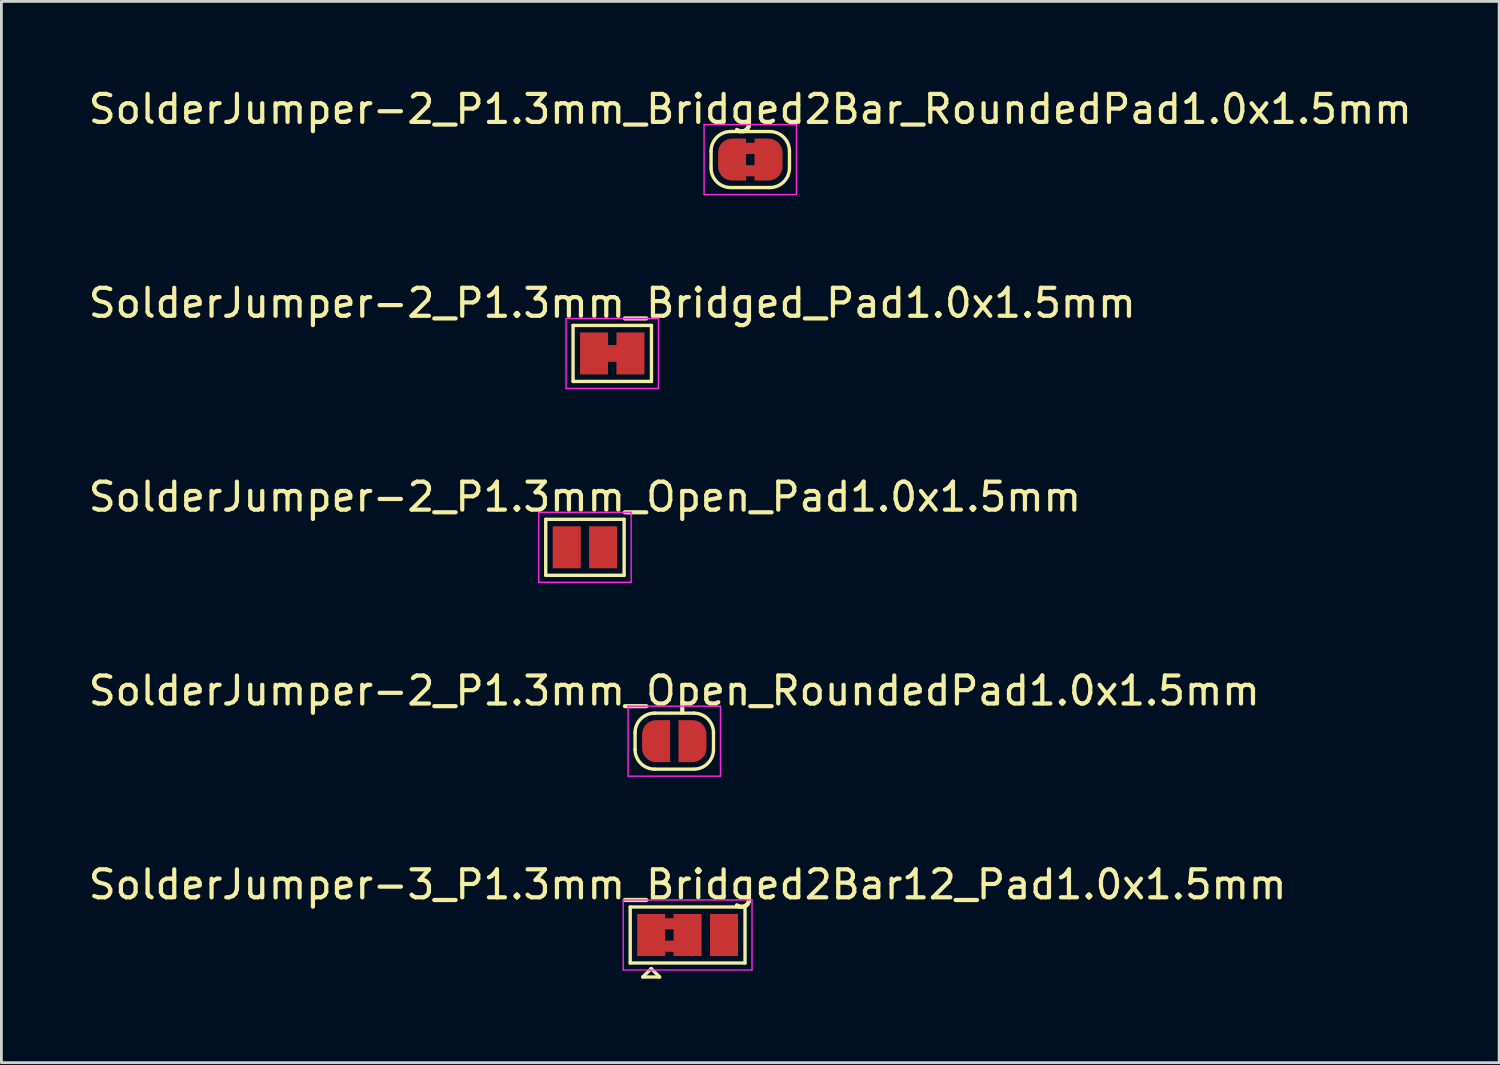
<source format=kicad_pcb>
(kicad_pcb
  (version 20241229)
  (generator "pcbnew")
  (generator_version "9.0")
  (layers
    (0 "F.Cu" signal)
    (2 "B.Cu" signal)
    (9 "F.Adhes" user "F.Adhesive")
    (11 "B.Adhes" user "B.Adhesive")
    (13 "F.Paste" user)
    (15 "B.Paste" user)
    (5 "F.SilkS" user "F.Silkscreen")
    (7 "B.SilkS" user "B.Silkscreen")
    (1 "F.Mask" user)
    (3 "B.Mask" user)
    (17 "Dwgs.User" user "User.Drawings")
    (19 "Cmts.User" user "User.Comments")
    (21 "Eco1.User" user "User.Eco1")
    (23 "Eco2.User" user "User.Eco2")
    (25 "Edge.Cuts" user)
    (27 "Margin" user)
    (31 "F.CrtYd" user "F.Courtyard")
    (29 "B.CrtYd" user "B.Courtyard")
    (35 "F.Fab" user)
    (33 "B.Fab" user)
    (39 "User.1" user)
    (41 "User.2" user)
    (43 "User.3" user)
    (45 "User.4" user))
  (footprint "SolderJumper-2_P1.3mm_Bridged2Bar_RoundedPad1.0x1.5mm"
    (layer "F.Cu")
    (at 23.744 2.648)
    (property "Reference" "SolderJumper-2_P1.3mm_Bridged2Bar_RoundedPad1.0x1.5mm" (at 0 -1.8 0) (layer "F.SilkS") (effects (font (size 1 1) (thickness 0.15))))
    (attr exclude_from_pos_files exclude_from_bom)
    (fp_poly (pts (xy -0.25 -0.6) (xy 0.25 -0.6) (xy 0.25 -0.2) (xy -0.25 -0.2)) (stroke (width 0) (type solid)) (fill yes) (layer "F.Cu"))
    (fp_poly (pts (xy -0.25 0.2) (xy 0.25 0.2) (xy 0.25 0.6) (xy -0.25 0.6)) (stroke (width 0) (type solid)) (fill yes) (layer "F.Cu"))
    (fp_line (start -1.4 0.3) (end -1.4 -0.3) (stroke (width 0.12) (type solid)) (layer "F.SilkS"))
    (fp_line (start -0.7 -1) (end 0.7 -1) (stroke (width 0.12) (type solid)) (layer "F.SilkS"))
    (fp_line (start 0.7 1) (end -0.7 1) (stroke (width 0.12) (type solid)) (layer "F.SilkS"))
    (fp_line (start 1.4 -0.3) (end 1.4 0.3) (stroke (width 0.12) (type solid)) (layer "F.SilkS"))
    (fp_arc (start -1.4 -0.3) (mid -1.194975 -0.794975) (end -0.7 -1) (stroke (width 0.12) (type solid)) (layer "F.SilkS"))
    (fp_arc (start -0.7 1) (mid -1.194975 0.794975) (end -1.4 0.3) (stroke (width 0.12) (type solid)) (layer "F.SilkS"))
    (fp_arc (start 0.7 -1) (mid 1.194975 -0.794975) (end 1.4 -0.3) (stroke (width 0.12) (type solid)) (layer "F.SilkS"))
    (fp_arc (start 1.4 0.3) (mid 1.194975 0.794975) (end 0.7 1) (stroke (width 0.12) (type solid)) (layer "F.SilkS"))
    (fp_line (start -1.65 -1.25) (end -1.65 1.25) (stroke (width 0.05) (type solid)) (layer "F.CrtYd"))
    (fp_line (start -1.65 -1.25) (end 1.65 -1.25) (stroke (width 0.05) (type solid)) (layer "F.CrtYd"))
    (fp_line (start 1.65 1.25) (end -1.65 1.25) (stroke (width 0.05) (type solid)) (layer "F.CrtYd"))
    (fp_line (start 1.65 1.25) (end 1.65 -1.25) (stroke (width 0.05) (type solid)) (layer "F.CrtYd"))
    (pad "1" smd custom (at -0.65 0) (size 1 0.5) (layers "F.Cu" "F.Mask") (options (anchor rect)) (primitives (gr_circle (center 0 0.25) (end 0.5 0.25) (width 0) (fill yes)) (gr_circle (center 0 -0.25) (end 0.5 -0.25) (width 0) (fill yes)) (gr_poly (pts (xy 0.5 0.75) (xy 0 0.75) (xy 0 -0.75) (xy 0.5 -0.75)) (width 0) (fill yes))))
    (pad "2" smd custom (at 0.65 0) (size 1 0.5) (layers "F.Cu" "F.Mask") (options (anchor rect)) (primitives (gr_circle (center 0 0.25) (end 0.5 0.25) (width 0) (fill yes)) (gr_circle (center 0 -0.25) (end 0.5 -0.25) (width 0) (fill yes)) (gr_poly (pts (xy 0 0.75) (xy -0.5 0.75) (xy -0.5 -0.75) (xy 0 -0.75)) (width 0) (fill yes)))))
  (footprint "SolderJumper-2_P1.3mm_Open_RoundedPad1.0x1.5mm"
    (layer "F.Cu")
    (at 21.03 23.418)
    (property "Reference" "SolderJumper-2_P1.3mm_Open_RoundedPad1.0x1.5mm" (at 0 -1.8 0) (layer "F.SilkS") (effects (font (size 1 1) (thickness 0.15))))
    (attr exclude_from_pos_files exclude_from_bom)
    (fp_line (start -1.4 0.3) (end -1.4 -0.3) (stroke (width 0.12) (type solid)) (layer "F.SilkS"))
    (fp_line (start -0.7 -1) (end 0.7 -1) (stroke (width 0.12) (type solid)) (layer "F.SilkS"))
    (fp_line (start 0.7 1) (end -0.7 1) (stroke (width 0.12) (type solid)) (layer "F.SilkS"))
    (fp_line (start 1.4 -0.3) (end 1.4 0.3) (stroke (width 0.12) (type solid)) (layer "F.SilkS"))
    (fp_arc (start -1.4 -0.3) (mid -1.194975 -0.794975) (end -0.7 -1) (stroke (width 0.12) (type solid)) (layer "F.SilkS"))
    (fp_arc (start -0.7 1) (mid -1.194975 0.794975) (end -1.4 0.3) (stroke (width 0.12) (type solid)) (layer "F.SilkS"))
    (fp_arc (start 0.7 -1) (mid 1.194975 -0.794975) (end 1.4 -0.3) (stroke (width 0.12) (type solid)) (layer "F.SilkS"))
    (fp_arc (start 1.4 0.3) (mid 1.194975 0.794975) (end 0.7 1) (stroke (width 0.12) (type solid)) (layer "F.SilkS"))
    (fp_line (start -1.65 -1.25) (end -1.65 1.25) (stroke (width 0.05) (type solid)) (layer "F.CrtYd"))
    (fp_line (start -1.65 -1.25) (end 1.65 -1.25) (stroke (width 0.05) (type solid)) (layer "F.CrtYd"))
    (fp_line (start 1.65 1.25) (end -1.65 1.25) (stroke (width 0.05) (type solid)) (layer "F.CrtYd"))
    (fp_line (start 1.65 1.25) (end 1.65 -1.25) (stroke (width 0.05) (type solid)) (layer "F.CrtYd"))
    (pad "1" smd custom (at -0.65 0) (size 1 0.5) (layers "F.Cu" "F.Mask") (options (anchor rect)) (primitives (gr_circle (center 0 0.25) (end 0.5 0.25) (width 0) (fill yes)) (gr_circle (center 0 -0.25) (end 0.5 -0.25) (width 0) (fill yes)) (gr_poly (pts (xy 0.5 0.75) (xy 0 0.75) (xy 0 -0.75) (xy 0.5 -0.75)) (width 0) (fill yes))))
    (pad "2" smd custom (at 0.65 0) (size 1 0.5) (layers "F.Cu" "F.Mask") (options (anchor rect)) (primitives (gr_circle (center 0 0.25) (end 0.5 0.25) (width 0) (fill yes)) (gr_circle (center 0 -0.25) (end 0.5 -0.25) (width 0) (fill yes)) (gr_poly (pts (xy 0 0.75) (xy -0.5 0.75) (xy -0.5 -0.75) (xy 0 -0.75)) (width 0) (fill yes)))))
  (footprint "SolderJumper-2_P1.3mm_Open_Pad1.0x1.5mm"
    (layer "F.Cu")
    (at 17.839 16.495)
    (property "Reference" "SolderJumper-2_P1.3mm_Open_Pad1.0x1.5mm" (at 0 -1.8 0) (layer "F.SilkS") (effects (font (size 1 1) (thickness 0.15))))
    (attr exclude_from_pos_files exclude_from_bom)
    (fp_line (start -1.4 -1) (end 1.4 -1) (stroke (width 0.12) (type solid)) (layer "F.SilkS"))
    (fp_line (start -1.4 1) (end -1.4 -1) (stroke (width 0.12) (type solid)) (layer "F.SilkS"))
    (fp_line (start 1.4 -1) (end 1.4 1) (stroke (width 0.12) (type solid)) (layer "F.SilkS"))
    (fp_line (start 1.4 1) (end -1.4 1) (stroke (width 0.12) (type solid)) (layer "F.SilkS"))
    (fp_line (start -1.65 -1.25) (end -1.65 1.25) (stroke (width 0.05) (type solid)) (layer "F.CrtYd"))
    (fp_line (start -1.65 -1.25) (end 1.65 -1.25) (stroke (width 0.05) (type solid)) (layer "F.CrtYd"))
    (fp_line (start 1.65 1.25) (end -1.65 1.25) (stroke (width 0.05) (type solid)) (layer "F.CrtYd"))
    (fp_line (start 1.65 1.25) (end 1.65 -1.25) (stroke (width 0.05) (type solid)) (layer "F.CrtYd"))
    (pad "1" smd rect (at -0.65 0) (size 1 1.5) (layers "F.Cu" "F.Mask"))
    (pad "2" smd rect (at 0.65 0) (size 1 1.5) (layers "F.Cu" "F.Mask")))
  (footprint "SolderJumper-2_P1.3mm_Bridged_Pad1.0x1.5mm"
    (layer "F.Cu")
    (at 18.815 9.572)
    (property "Reference" "SolderJumper-2_P1.3mm_Bridged_Pad1.0x1.5mm" (at 0 -1.8 0) (layer "F.SilkS") (effects (font (size 1 1) (thickness 0.15))))
    (attr exclude_from_pos_files exclude_from_bom)
    (fp_poly (pts (xy -0.25 -0.3) (xy 0.25 -0.3) (xy 0.25 0.3) (xy -0.25 0.3)) (stroke (width 0) (type solid)) (fill yes) (layer "F.Cu"))
    (fp_line (start -1.4 -1) (end 1.4 -1) (stroke (width 0.12) (type solid)) (layer "F.SilkS"))
    (fp_line (start -1.4 1) (end -1.4 -1) (stroke (width 0.12) (type solid)) (layer "F.SilkS"))
    (fp_line (start 1.4 -1) (end 1.4 1) (stroke (width 0.12) (type solid)) (layer "F.SilkS"))
    (fp_line (start 1.4 1) (end -1.4 1) (stroke (width 0.12) (type solid)) (layer "F.SilkS"))
    (fp_line (start -1.65 -1.25) (end -1.65 1.25) (stroke (width 0.05) (type solid)) (layer "F.CrtYd"))
    (fp_line (start -1.65 -1.25) (end 1.65 -1.25) (stroke (width 0.05) (type solid)) (layer "F.CrtYd"))
    (fp_line (start 1.65 1.25) (end -1.65 1.25) (stroke (width 0.05) (type solid)) (layer "F.CrtYd"))
    (fp_line (start 1.65 1.25) (end 1.65 -1.25) (stroke (width 0.05) (type solid)) (layer "F.CrtYd"))
    (pad "1" smd rect (at -0.65 0) (size 1 1.5) (layers "F.Cu" "F.Mask"))
    (pad "2" smd rect (at 0.65 0) (size 1 1.5) (layers "F.Cu" "F.Mask")))
  (footprint "SolderJumper-3_P1.3mm_Bridged2Bar12_Pad1.0x1.5mm"
    (layer "F.Cu")
    (at 21.506 30.341)
    (property "Reference" "SolderJumper-3_P1.3mm_Bridged2Bar12_Pad1.0x1.5mm" (at 0 -1.8 0) (layer "F.SilkS") (effects (font (size 1 1) (thickness 0.15))))
    (attr exclude_from_pos_files exclude_from_bom)
    (fp_poly (pts (xy -0.9 -0.6) (xy -0.4 -0.6) (xy -0.4 -0.2) (xy -0.9 -0.2)) (stroke (width 0) (type solid)) (fill yes) (layer "F.Cu"))
    (fp_poly (pts (xy -0.9 0.2) (xy -0.4 0.2) (xy -0.4 0.6) (xy -0.9 0.6)) (stroke (width 0) (type solid)) (fill yes) (layer "F.Cu"))
    (fp_line (start -2.05 -1) (end 2.05 -1) (stroke (width 0.12) (type solid)) (layer "F.SilkS"))
    (fp_line (start -2.05 1) (end -2.05 -1) (stroke (width 0.12) (type solid)) (layer "F.SilkS"))
    (fp_line (start -1.6 1.5) (end -1 1.5) (stroke (width 0.12) (type solid)) (layer "F.SilkS"))
    (fp_line (start -1.3 1.2) (end -1.6 1.5) (stroke (width 0.12) (type solid)) (layer "F.SilkS"))
    (fp_line (start -1.3 1.2) (end -1 1.5) (stroke (width 0.12) (type solid)) (layer "F.SilkS"))
    (fp_line (start 2.05 -1) (end 2.05 1) (stroke (width 0.12) (type solid)) (layer "F.SilkS"))
    (fp_line (start 2.05 1) (end -2.05 1) (stroke (width 0.12) (type solid)) (layer "F.SilkS"))
    (fp_line (start -2.3 -1.25) (end -2.3 1.25) (stroke (width 0.05) (type solid)) (layer "F.CrtYd"))
    (fp_line (start -2.3 -1.25) (end 2.3 -1.25) (stroke (width 0.05) (type solid)) (layer "F.CrtYd"))
    (fp_line (start 2.3 1.25) (end -2.3 1.25) (stroke (width 0.05) (type solid)) (layer "F.CrtYd"))
    (fp_line (start 2.3 1.25) (end 2.3 -1.25) (stroke (width 0.05) (type solid)) (layer "F.CrtYd"))
    (pad "1" smd rect (at -1.3 0) (size 1 1.5) (layers "F.Cu" "F.Mask"))
    (pad "2" smd rect (at 0 0) (size 1 1.5) (layers "F.Cu" "F.Mask"))
    (pad "3" smd rect (at 1.3 0) (size 1 1.5) (layers "F.Cu" "F.Mask")))
  (gr_rect
    (start -3 -3)
    (end 50.488 34.901)
    (stroke (width 0.1) (type default))
    (fill no)
    (layer "Edge.Cuts")))
</source>
